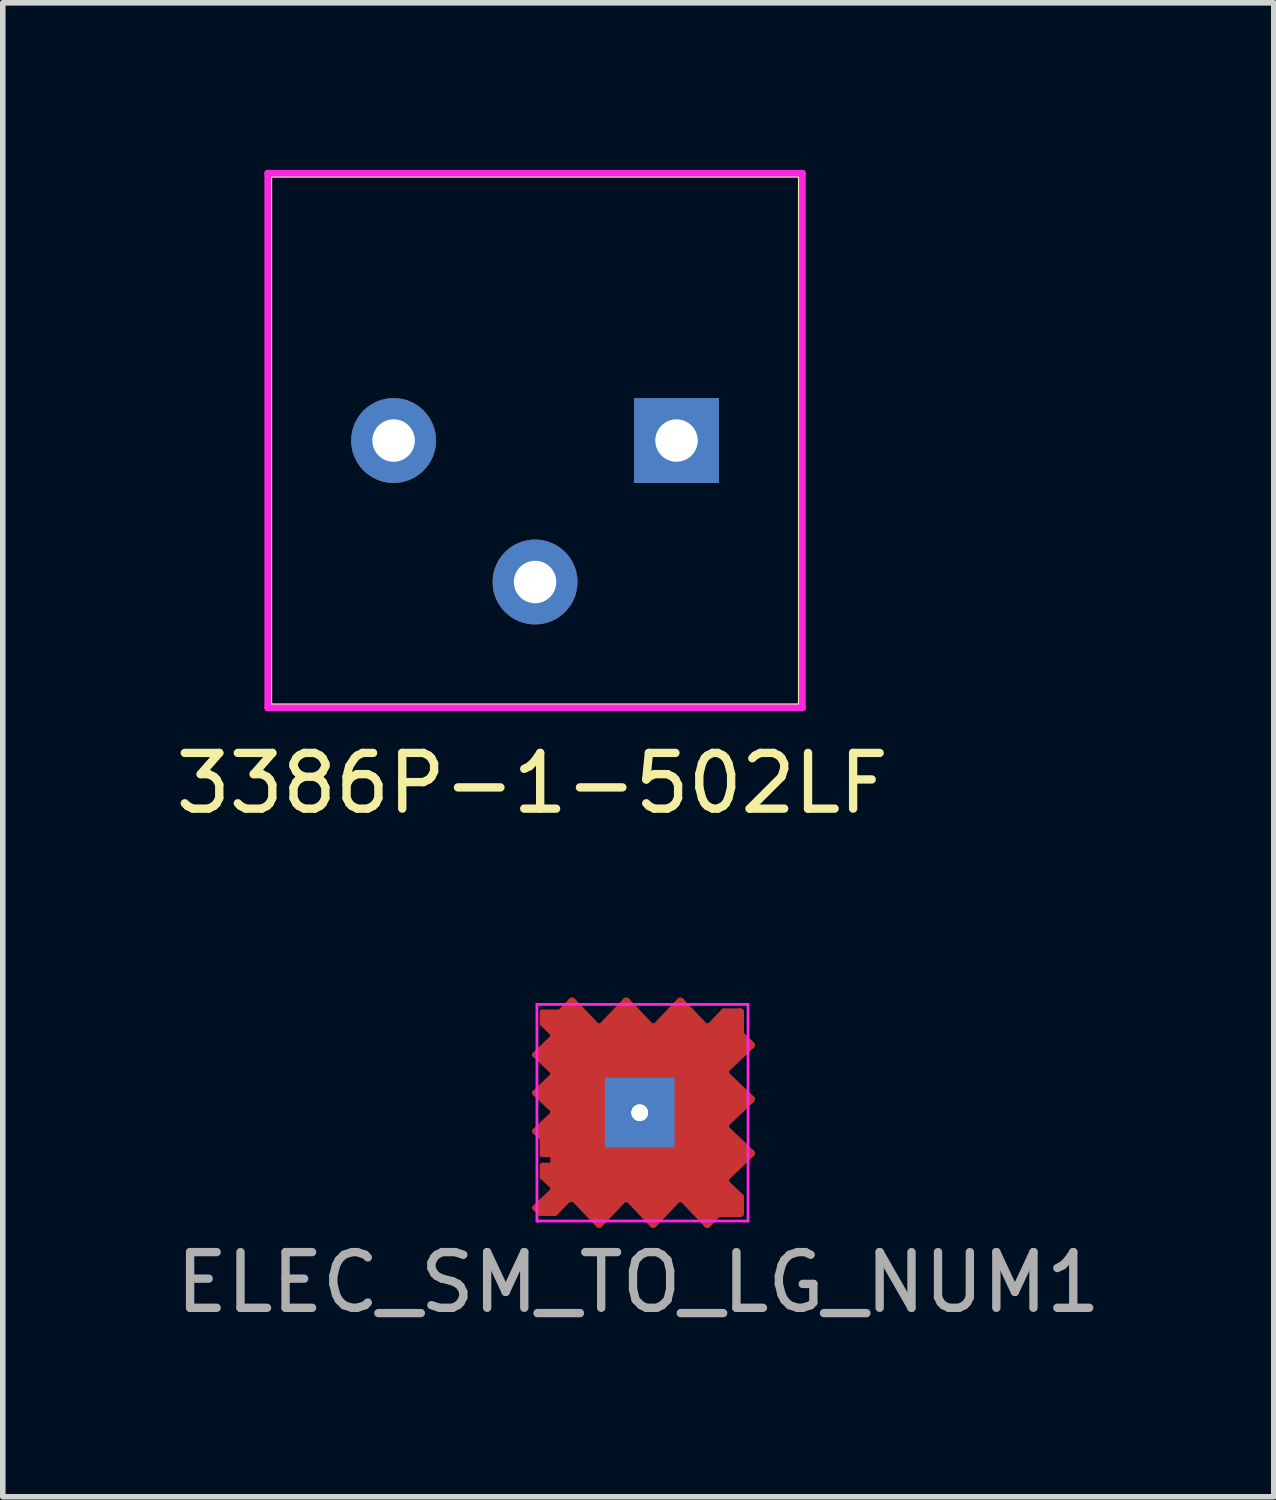
<source format=kicad_pcb>
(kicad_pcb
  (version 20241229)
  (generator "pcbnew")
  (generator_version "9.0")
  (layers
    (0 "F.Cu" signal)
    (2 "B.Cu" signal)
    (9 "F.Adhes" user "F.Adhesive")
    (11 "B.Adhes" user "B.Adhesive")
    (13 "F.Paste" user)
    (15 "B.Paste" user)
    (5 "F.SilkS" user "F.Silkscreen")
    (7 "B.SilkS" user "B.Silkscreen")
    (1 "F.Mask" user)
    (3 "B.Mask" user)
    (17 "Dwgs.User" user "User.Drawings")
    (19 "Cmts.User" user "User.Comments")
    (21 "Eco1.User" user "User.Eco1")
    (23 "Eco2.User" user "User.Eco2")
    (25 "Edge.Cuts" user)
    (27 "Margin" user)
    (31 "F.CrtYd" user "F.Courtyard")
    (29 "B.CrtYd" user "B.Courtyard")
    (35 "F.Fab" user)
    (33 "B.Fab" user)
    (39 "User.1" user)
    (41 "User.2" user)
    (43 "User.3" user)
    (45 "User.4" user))
  (footprint "3386P-1-502LF"
    (layer "F.Cu")
    (at 6.557 4.86)
    (property "Reference" "3386P-1-502LF" (at -0.051 6.154 0) (layer "F.SilkS") (effects (font (size 1 1) (thickness 0.15))))
    (attr through_hole)
    (fp_line (start -4.78 -4.78) (end -4.78 4.78) (stroke (width 0.12) (type solid)) (layer "F.SilkS"))
    (fp_line (start -4.78 4.78) (end 4.78 4.78) (stroke (width 0.12) (type solid)) (layer "F.SilkS"))
    (fp_line (start 4.78 -4.78) (end -4.78 -4.78) (stroke (width 0.12) (type solid)) (layer "F.SilkS"))
    (fp_line (start 4.78 4.78) (end 4.78 -4.78) (stroke (width 0.12) (type solid)) (layer "F.SilkS"))
    (fp_line (start -4.8 -4.8) (end 4.8 -4.8) (stroke (width 0.12) (type solid)) (layer "F.CrtYd"))
    (fp_line (start -4.8 4.8) (end -4.8 -4.8) (stroke (width 0.12) (type solid)) (layer "F.CrtYd"))
    (fp_line (start -4.8 4.8) (end 4.8 4.8) (stroke (width 0.12) (type solid)) (layer "F.CrtYd"))
    (fp_line (start 4.8 -4.8) (end 4.8 4.8) (stroke (width 0.12) (type solid)) (layer "F.CrtYd"))
    (pad "1" thru_hole rect (at 2.54 0) (size 1.524 1.524) (drill 0.762) (layers "*.Cu" "*.Mask"))
    (pad "2" thru_hole circle (at 0 2.54) (size 1.524 1.524) (drill 0.762) (layers "*.Cu" "*.Mask"))
    (pad "3" thru_hole circle (at -2.54 0) (size 1.524 1.524) (drill 0.762) (layers "*.Cu" "*.Mask")))
  (footprint "ELEC_SM_TO_LG_NUM1"
    (layer "F.Cu")
    (at 8.436 16.929)
    (property "Reference" "ELEC_SM_TO_LG_NUM1" (at -0.025 3.048 0) (layer "F.Fab") (effects (font (size 1 1) (thickness 0.15))))
    (attr through_hole)
    (fp_line (start -1.881 -1.043) (end -1.521 -1.387) (stroke (width 0.1) (type solid)) (layer "F.Cu"))
    (fp_line (start -1.881 -0.356) (end -1.521 -0.7) (stroke (width 0.1) (type solid)) (layer "F.Cu"))
    (fp_line (start -1.881 0.332) (end -1.745 0.462) (stroke (width 0.1) (type solid)) (layer "F.Cu"))
    (fp_line (start -1.881 0.332) (end -1.521 -0.012) (stroke (width 0.1) (type solid)) (layer "F.Cu"))
    (fp_line (start -1.881 1.708) (end -1.521 1.364) (stroke (width 0.1) (type solid)) (layer "F.Cu"))
    (fp_line (start -1.782 1.803) (end -1.881 1.708) (stroke (width 0.1) (type solid)) (layer "F.Cu"))
    (fp_line (start -1.782 1.803) (end -1.519 1.803) (stroke (width 0.1) (type solid)) (layer "F.Cu"))
    (fp_line (start -1.778 -1.041) (end -1.676 -1.143) (stroke (width 0.12) (type solid)) (layer "F.Cu"))
    (fp_line (start -1.778 -0.356) (end -1.676 -0.457) (stroke (width 0.12) (type solid)) (layer "F.Cu"))
    (fp_line (start -1.778 0.305) (end -1.676 0.254) (stroke (width 0.12) (type solid)) (layer "F.Cu"))
    (fp_line (start -1.778 1.727) (end -1.702 1.626) (stroke (width 0.12) (type solid)) (layer "F.Cu"))
    (fp_line (start -1.745 -1.803) (end -1.399 -1.803) (stroke (width 0.1) (type solid)) (layer "F.Cu"))
    (fp_line (start -1.745 -1.602) (end -1.745 -1.803) (stroke (width 0.1) (type solid)) (layer "F.Cu"))
    (fp_line (start -1.745 -1.602) (end -1.521 -1.387) (stroke (width 0.1) (type solid)) (layer "F.Cu"))
    (fp_line (start -1.745 0.462) (end -1.745 0.748) (stroke (width 0.1) (type solid)) (layer "F.Cu"))
    (fp_line (start -1.745 0.748) (end -1.544 0.748) (stroke (width 0.1) (type solid)) (layer "F.Cu"))
    (fp_line (start -1.745 0.948) (end -1.544 0.948) (stroke (width 0.1) (type solid)) (layer "F.Cu"))
    (fp_line (start -1.745 1.149) (end -1.745 0.948) (stroke (width 0.1) (type solid)) (layer "F.Cu"))
    (fp_line (start -1.745 1.149) (end -1.521 1.364) (stroke (width 0.1) (type solid)) (layer "F.Cu"))
    (fp_line (start -1.651 -1.727) (end -1.651 -1.575) (stroke (width 0.12) (type solid)) (layer "F.Cu"))
    (fp_line (start -1.651 -1.575) (end -1.524 -1.651) (stroke (width 0.12) (type solid)) (layer "F.Cu"))
    (fp_line (start -1.651 -1.219) (end -1.651 -0.889) (stroke (width 0.12) (type solid)) (layer "F.Cu"))
    (fp_line (start -1.651 -0.889) (end -1.778 -1.041) (stroke (width 0.12) (type solid)) (layer "F.Cu"))
    (fp_line (start -1.651 -0.559) (end -1.651 -0.203) (stroke (width 0.12) (type solid)) (layer "F.Cu"))
    (fp_line (start -1.651 -0.203) (end -1.778 -0.356) (stroke (width 0.12) (type solid)) (layer "F.Cu"))
    (fp_line (start -1.651 0.178) (end -1.651 0.66) (stroke (width 0.12) (type solid)) (layer "F.Cu"))
    (fp_line (start -1.651 0.66) (end -1.778 0.305) (stroke (width 0.12) (type solid)) (layer "F.Cu"))
    (fp_line (start -1.651 0.991) (end -1.651 1.18) (stroke (width 0.12) (type solid)) (layer "F.Cu"))
    (fp_line (start -1.651 1.524) (end -1.651 1.651) (stroke (width 0.12) (type solid)) (layer "F.Cu"))
    (fp_line (start -1.651 1.651) (end -1.422 1.651) (stroke (width 0.12) (type solid)) (layer "F.Cu"))
    (fp_line (start -1.575 -1.499) (end -1.6 -1.549) (stroke (width 0.1) (type solid)) (layer "F.Cu"))
    (fp_line (start -1.549 1.727) (end -1.778 1.727) (stroke (width 0.12) (type solid)) (layer "F.Cu"))
    (fp_line (start -1.521 -0.7) (end -1.881 -1.043) (stroke (width 0.1) (type solid)) (layer "F.Cu"))
    (fp_line (start -1.521 -0.012) (end -1.881 -0.356) (stroke (width 0.1) (type solid)) (layer "F.Cu"))
    (fp_line (start -1.499 1.626) (end -1.6 1.549) (stroke (width 0.1) (type solid)) (layer "F.Cu"))
    (fp_line (start -1.473 -1.727) (end -1.651 -1.727) (stroke (width 0.12) (type solid)) (layer "F.Cu"))
    (fp_line (start -1.455 -1.455) (end -1.455 1.455) (stroke (width 0.3) (type solid)) (layer "F.Cu"))
    (fp_line (start -1.455 -1.455) (end 1.465 -1.455) (stroke (width 0.3) (type solid)) (layer "F.Cu"))
    (fp_line (start -1.455 1.455) (end 1.455 1.455) (stroke (width 0.3) (type solid)) (layer "F.Cu"))
    (fp_line (start -1.448 -1.643) (end -1.209 -1.869) (stroke (width 0.12) (type solid)) (layer "F.Cu"))
    (fp_line (start -1.422 1.651) (end -1.549 1.727) (stroke (width 0.12) (type solid)) (layer "F.Cu"))
    (fp_line (start -1.219 -1.118) (end 1.143 -1.118) (stroke (width 0.5) (type solid)) (layer "F.Cu"))
    (fp_line (start -1.215 -1.996) (end -1.399 -1.803) (stroke (width 0.141) (type solid)) (layer "F.Cu"))
    (fp_line (start -1.215 1.486) (end -1.519 1.803) (stroke (width 0.1) (type solid)) (layer "F.Cu"))
    (fp_line (start -1.209 -1.869) (end -1.034 -1.709) (stroke (width 0.12) (type solid)) (layer "F.Cu"))
    (fp_line (start -1.118 -0.762) (end 0.787 -0.762) (stroke (width 0.5) (type solid)) (layer "F.Cu"))
    (fp_line (start -1.118 1.143) (end -1.118 -0.762) (stroke (width 0.5) (type solid)) (layer "F.Cu"))
    (fp_line (start -1.034 -1.709) (end -1.257 -1.74) (stroke (width 0.12) (type solid)) (layer "F.Cu"))
    (fp_line (start -1.001 1.638) (end -0.495 1.638) (stroke (width 0.12) (type solid)) (layer "F.Cu"))
    (fp_line (start -0.98 -1.638) (end -1.448 -1.643) (stroke (width 0.12) (type solid)) (layer "F.Cu"))
    (fp_line (start -0.876 1.712) (end -0.688 1.722) (stroke (width 0.12) (type solid)) (layer "F.Cu"))
    (fp_line (start -0.762 0.737) (end -0.737 -0.457) (stroke (width 0.5) (type solid)) (layer "F.Cu"))
    (fp_line (start -0.729 1.996) (end -1.215 1.486) (stroke (width 0.141) (type solid)) (layer "F.Cu"))
    (fp_line (start -0.729 1.841) (end -0.876 1.712) (stroke (width 0.12) (type solid)) (layer "F.Cu"))
    (fp_line (start -0.729 -1.486) (end -1.214 -1.996) (stroke (width 0.141) (type solid)) (layer "F.Cu"))
    (fp_line (start -0.513 -1.646) (end 0.003 -1.646) (stroke (width 0.12) (type solid)) (layer "F.Cu"))
    (fp_line (start -0.495 1.638) (end -0.729 1.841) (stroke (width 0.12) (type solid)) (layer "F.Cu"))
    (fp_line (start -0.406 -1.74) (end -0.17 -1.75) (stroke (width 0.12) (type solid)) (layer "F.Cu"))
    (fp_line (start -0.249 -1.88) (end -0.406 -1.74) (stroke (width 0.12) (type solid)) (layer "F.Cu"))
    (fp_line (start -0.243 1.486) (end -0.729 1.996) (stroke (width 0.141) (type solid)) (layer "F.Cu"))
    (fp_line (start -0.242 -1.996) (end -0.729 -1.486) (stroke (width 0.141) (type solid)) (layer "F.Cu"))
    (fp_line (start -0.025 1.646) (end 0.48 1.648) (stroke (width 0.12) (type solid)) (layer "F.Cu"))
    (fp_line (start 0.003 -1.646) (end -0.249 -1.88) (stroke (width 0.12) (type solid)) (layer "F.Cu"))
    (fp_line (start 0.104 1.73) (end 0.287 1.714) (stroke (width 0.12) (type solid)) (layer "F.Cu"))
    (fp_line (start 0.241 1.836) (end 0.104 1.73) (stroke (width 0.12) (type solid)) (layer "F.Cu"))
    (fp_line (start 0.242 1.996) (end -0.243 1.486) (stroke (width 0.141) (type solid)) (layer "F.Cu"))
    (fp_line (start 0.243 -1.486) (end -0.242 -1.996) (stroke (width 0.141) (type solid)) (layer "F.Cu"))
    (fp_line (start 0.462 -1.643) (end 0.993 -1.643) (stroke (width 0.12) (type solid)) (layer "F.Cu"))
    (fp_line (start 0.48 1.648) (end 0.241 1.836) (stroke (width 0.12) (type solid)) (layer "F.Cu"))
    (fp_line (start 0.572 -1.732) (end 0.81 -1.745) (stroke (width 0.12) (type solid)) (layer "F.Cu"))
    (fp_line (start 0.729 1.486) (end 0.242 1.996) (stroke (width 0.141) (type solid)) (layer "F.Cu"))
    (fp_line (start 0.729 -1.862) (end 0.572 -1.732) (stroke (width 0.12) (type solid)) (layer "F.Cu"))
    (fp_line (start 0.729 -1.996) (end 0.243 -1.486) (stroke (width 0.141) (type solid)) (layer "F.Cu"))
    (fp_line (start 0.787 -0.762) (end 0.813 0.711) (stroke (width 0.5) (type solid)) (layer "F.Cu"))
    (fp_line (start 0.813 0.711) (end -0.762 0.737) (stroke (width 0.5) (type solid)) (layer "F.Cu"))
    (fp_line (start 0.968 1.643) (end 1.384 1.646) (stroke (width 0.12) (type solid)) (layer "F.Cu"))
    (fp_line (start 0.993 -1.643) (end 0.729 -1.862) (stroke (width 0.12) (type solid)) (layer "F.Cu"))
    (fp_line (start 1.069 1.714) (end 1.227 1.709) (stroke (width 0.12) (type solid)) (layer "F.Cu"))
    (fp_line (start 1.143 -1.118) (end 1.143 1.143) (stroke (width 0.5) (type solid)) (layer "F.Cu"))
    (fp_line (start 1.143 1.143) (end -1.118 1.143) (stroke (width 0.5) (type solid)) (layer "F.Cu"))
    (fp_line (start 1.214 1.996) (end 0.729 1.486) (stroke (width 0.141) (type solid)) (layer "F.Cu"))
    (fp_line (start 1.215 -1.486) (end 0.729 -1.996) (stroke (width 0.141) (type solid)) (layer "F.Cu"))
    (fp_line (start 1.219 1.834) (end 1.069 1.714) (stroke (width 0.12) (type solid)) (layer "F.Cu"))
    (fp_line (start 1.384 1.646) (end 1.219 1.834) (stroke (width 0.12) (type solid)) (layer "F.Cu"))
    (fp_line (start 1.398 1.803) (end 1.214 1.996) (stroke (width 0.141) (type solid)) (layer "F.Cu"))
    (fp_line (start 1.399 1.803) (end 1.803 1.803) (stroke (width 0.141) (type solid)) (layer "F.Cu"))
    (fp_line (start 1.4 1.692) (end 1.704 1.692) (stroke (width 0.12) (type solid)) (layer "F.Cu"))
    (fp_line (start 1.455 -1.455) (end 1.455 1.455) (stroke (width 0.3) (type solid)) (layer "F.Cu"))
    (fp_line (start 1.473 -1.615) (end 1.56 -1.697) (stroke (width 0.12) (type solid)) (layer "F.Cu"))
    (fp_line (start 1.486 -0.729) (end 1.996 -0.243) (stroke (width 0.141) (type solid)) (layer "F.Cu"))
    (fp_line (start 1.486 0.243) (end 1.996 0.729) (stroke (width 0.141) (type solid)) (layer "F.Cu"))
    (fp_line (start 1.486 1.215) (end 1.803 1.519) (stroke (width 0.141) (type solid)) (layer "F.Cu"))
    (fp_line (start 1.519 -1.803) (end 1.215 -1.486) (stroke (width 0.141) (type solid)) (layer "F.Cu"))
    (fp_line (start 1.56 -1.697) (end 1.702 -1.694) (stroke (width 0.12) (type solid)) (layer "F.Cu"))
    (fp_line (start 1.628 -1.377) (end 1.877 -1.224) (stroke (width 0.12) (type solid)) (layer "F.Cu"))
    (fp_line (start 1.628 -0.993) (end 1.628 -1.377) (stroke (width 0.12) (type solid)) (layer "F.Cu"))
    (fp_line (start 1.628 0.953) (end 1.872 0.724) (stroke (width 0.12) (type solid)) (layer "F.Cu"))
    (fp_line (start 1.628 1.463) (end 1.628 1.605) (stroke (width 0.12) (type solid)) (layer "F.Cu"))
    (fp_line (start 1.628 1.605) (end 1.443 1.6) (stroke (width 0.12) (type solid)) (layer "F.Cu"))
    (fp_line (start 1.633 0.488) (end 1.628 0.953) (stroke (width 0.12) (type solid)) (layer "F.Cu"))
    (fp_line (start 1.636 -1.613) (end 1.473 -1.615) (stroke (width 0.12) (type solid)) (layer "F.Cu"))
    (fp_line (start 1.636 -1.44) (end 1.636 -1.613) (stroke (width 0.12) (type solid)) (layer "F.Cu"))
    (fp_line (start 1.643 -0.475) (end 1.643 -0.005) (stroke (width 0.12) (type solid)) (layer "F.Cu"))
    (fp_line (start 1.643 -0.005) (end 1.857 -0.246) (stroke (width 0.12) (type solid)) (layer "F.Cu"))
    (fp_line (start 1.697 -1.074) (end 1.72 -1.229) (stroke (width 0.12) (type solid)) (layer "F.Cu"))
    (fp_line (start 1.702 -1.694) (end 1.707 -1.427) (stroke (width 0.12) (type solid)) (layer "F.Cu"))
    (fp_line (start 1.704 1.547) (end 1.628 1.463) (stroke (width 0.12) (type solid)) (layer "F.Cu"))
    (fp_line (start 1.704 1.692) (end 1.704 1.547) (stroke (width 0.12) (type solid)) (layer "F.Cu"))
    (fp_line (start 1.712 -0.384) (end 1.714 -0.175) (stroke (width 0.12) (type solid)) (layer "F.Cu"))
    (fp_line (start 1.717 0.579) (end 1.732 0.79) (stroke (width 0.12) (type solid)) (layer "F.Cu"))
    (fp_line (start 1.803 -1.803) (end 1.519 -1.803) (stroke (width 0.141) (type solid)) (layer "F.Cu"))
    (fp_line (start 1.803 -1.803) (end 1.803 -1.399) (stroke (width 0.141) (type solid)) (layer "F.Cu"))
    (fp_line (start 1.803 -1.399) (end 1.996 -1.215) (stroke (width 0.141) (type solid)) (layer "F.Cu"))
    (fp_line (start 1.803 1.803) (end 1.803 1.519) (stroke (width 0.141) (type solid)) (layer "F.Cu"))
    (fp_line (start 1.857 -0.246) (end 1.712 -0.384) (stroke (width 0.12) (type solid)) (layer "F.Cu"))
    (fp_line (start 1.872 0.724) (end 1.717 0.579) (stroke (width 0.12) (type solid)) (layer "F.Cu"))
    (fp_line (start 1.877 -1.224) (end 1.697 -1.074) (stroke (width 0.12) (type solid)) (layer "F.Cu"))
    (fp_line (start 1.996 -1.215) (end 1.486 -0.729) (stroke (width 0.141) (type solid)) (layer "F.Cu"))
    (fp_line (start 1.996 -0.243) (end 1.486 0.243) (stroke (width 0.141) (type solid)) (layer "F.Cu"))
    (fp_line (start 1.996 0.729) (end 1.486 1.215) (stroke (width 0.141) (type solid)) (layer "F.Cu"))
    (fp_line (start -1.845 -1.945) (end -1.845 1.945) (stroke (width 0.05) (type solid)) (layer "F.CrtYd"))
    (fp_line (start -1.845 -1.945) (end 1.945 -1.945) (stroke (width 0.05) (type solid)) (layer "F.CrtYd"))
    (fp_line (start -1.845 1.945) (end 1.945 1.945) (stroke (width 0.05) (type solid)) (layer "F.CrtYd"))
    (fp_line (start 1.945 -1.945) (end 1.945 1.945) (stroke (width 0.05) (type solid)) (layer "F.CrtYd"))
    (pad "1" thru_hole circle (at 0 0) (size 0.605 0.605) (drill 0.3) (layers "*.Cu" "*.Mask"))
    (pad "1" thru_hole rect (at 0 0) (size 1.25 1.25) (drill 0.3) (layers "F.Cu" "F.Mask")))
  (gr_rect
    (start -3 -3)
    (end 19.821 23.825)
    (stroke (width 0.1) (type default))
    (fill no)
    (layer "Edge.Cuts")))
</source>
